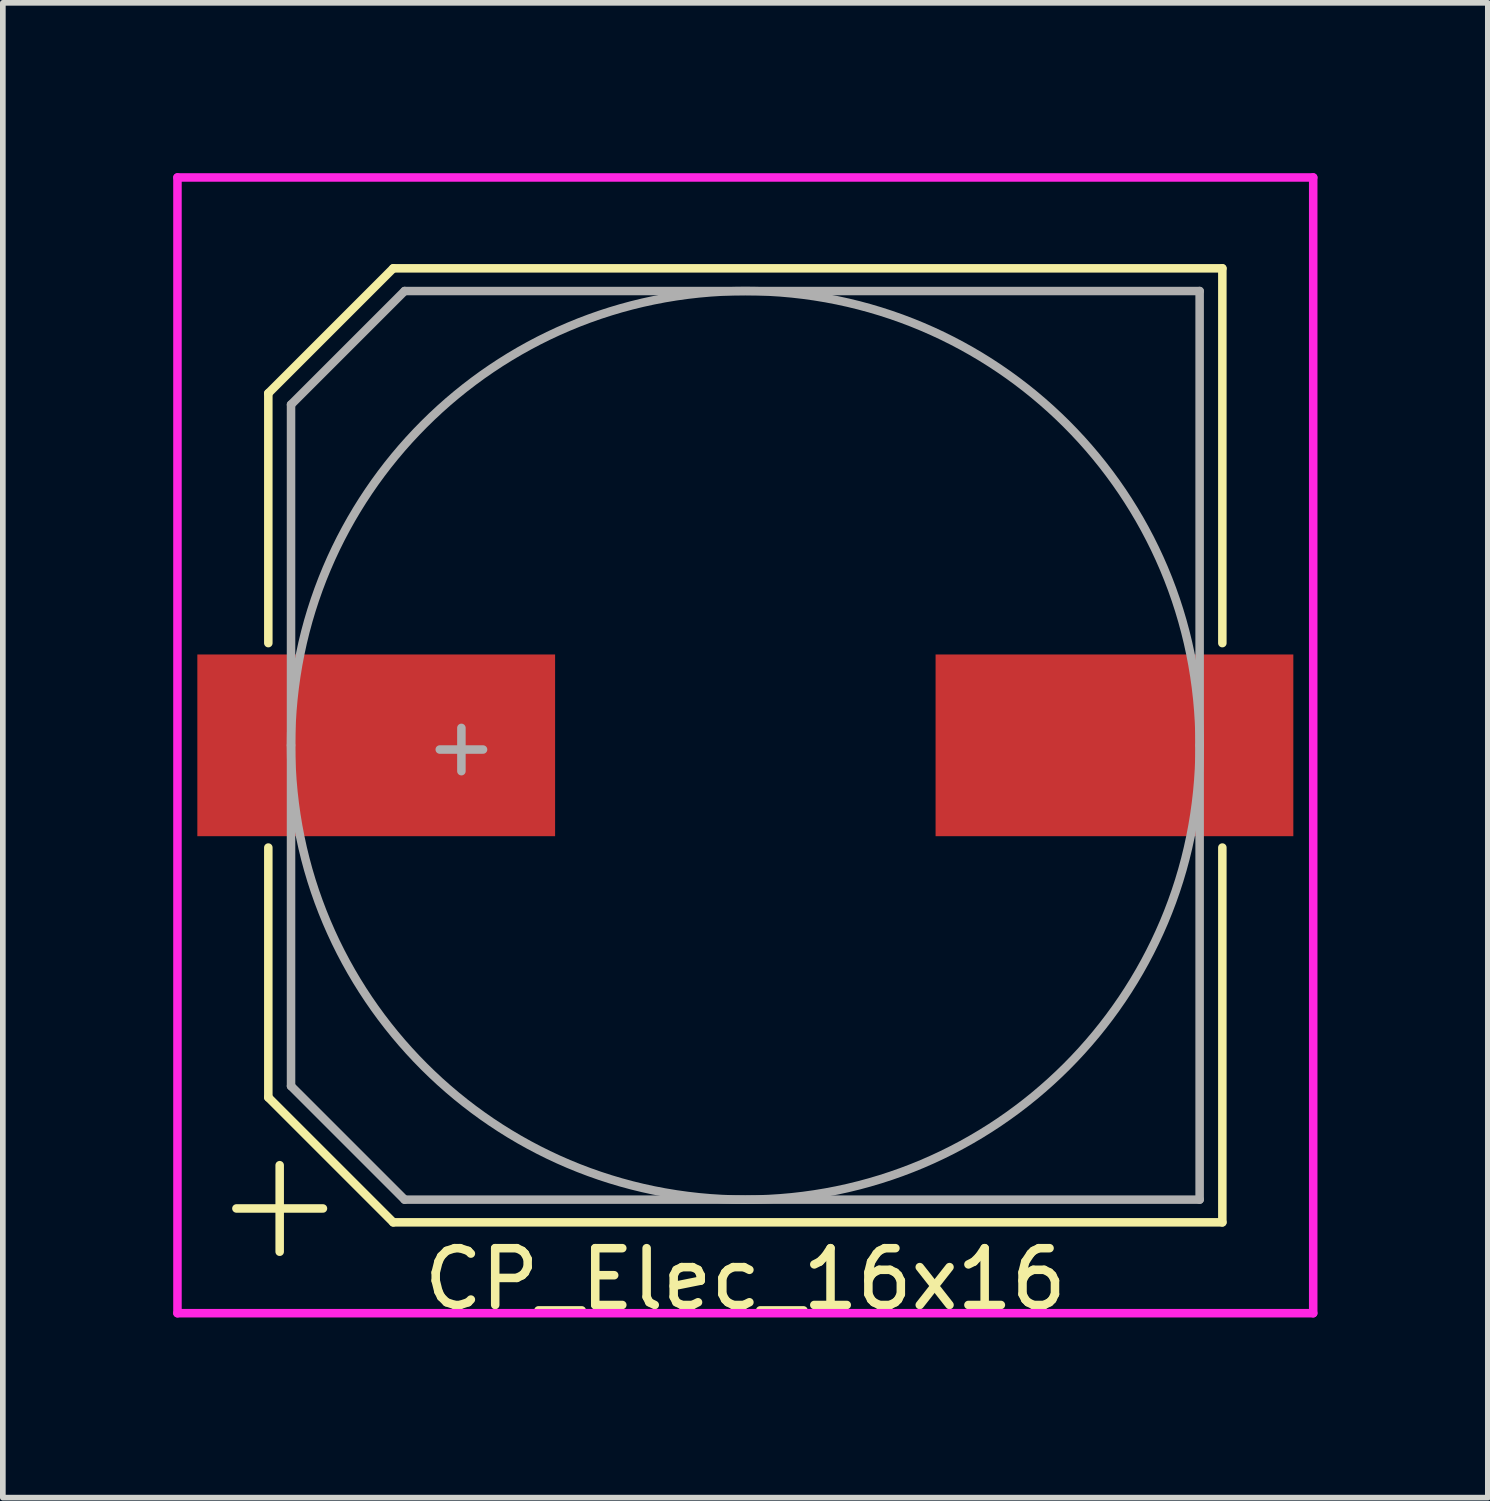
<source format=kicad_pcb>
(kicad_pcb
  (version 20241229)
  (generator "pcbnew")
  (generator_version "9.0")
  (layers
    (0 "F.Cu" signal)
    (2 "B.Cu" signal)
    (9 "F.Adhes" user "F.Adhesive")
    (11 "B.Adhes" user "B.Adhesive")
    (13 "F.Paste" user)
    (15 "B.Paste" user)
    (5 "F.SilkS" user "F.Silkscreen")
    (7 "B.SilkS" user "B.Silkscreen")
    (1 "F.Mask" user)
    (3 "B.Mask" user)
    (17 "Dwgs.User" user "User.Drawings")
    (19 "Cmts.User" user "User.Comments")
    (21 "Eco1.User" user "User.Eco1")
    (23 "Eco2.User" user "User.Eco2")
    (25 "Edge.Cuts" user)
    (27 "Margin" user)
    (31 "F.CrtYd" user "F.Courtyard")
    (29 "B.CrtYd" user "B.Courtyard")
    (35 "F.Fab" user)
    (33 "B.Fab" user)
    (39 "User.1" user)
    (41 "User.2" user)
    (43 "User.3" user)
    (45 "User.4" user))
  (footprint "CP_Elec_16x16"
    (layer "F.Cu")
    (at 10.075 10.075)
    (property "Reference" "CP_Elec_16x16" (at 0 9.4 0) (layer "F.SilkS") (effects (font (size 1 1) (thickness 0.15))))
    (attr smd)
    (fp_line (start -8.4 -6.2) (end -8.4 -1.8) (stroke (width 0.15) (type solid)) (layer "F.SilkS"))
    (fp_line (start -8.4 1.8) (end -8.4 6.2) (stroke (width 0.15) (type solid)) (layer "F.SilkS"))
    (fp_line (start -8.4 6.2) (end -6.2 8.4) (stroke (width 0.15) (type solid)) (layer "F.SilkS"))
    (fp_line (start -6.2 -8.4) (end -8.4 -6.2) (stroke (width 0.15) (type solid)) (layer "F.SilkS"))
    (fp_line (start -6.2 8.4) (end 8.4 8.4) (stroke (width 0.15) (type solid)) (layer "F.SilkS"))
    (fp_line (start 8.4 -8.4) (end -6.2 -8.4) (stroke (width 0.15) (type solid)) (layer "F.SilkS"))
    (fp_line (start 8.4 -1.8) (end 8.4 -8.4) (stroke (width 0.15) (type solid)) (layer "F.SilkS"))
    (fp_line (start 8.4 8.4) (end 8.4 1.8) (stroke (width 0.15) (type solid)) (layer "F.SilkS"))
    (fp_line (start -10 -10) (end 10 -10) (stroke (width 0.15) (type solid)) (layer "F.CrtYd"))
    (fp_line (start -10 10) (end -10 -10) (stroke (width 0.15) (type solid)) (layer "F.CrtYd"))
    (fp_line (start 10 -10) (end 10 10) (stroke (width 0.15) (type solid)) (layer "F.CrtYd"))
    (fp_line (start 10 10) (end -10 10) (stroke (width 0.15) (type solid)) (layer "F.CrtYd"))
    (fp_line (start -8 -6) (end -8 0) (stroke (width 0.15) (type solid)) (layer "F.Fab"))
    (fp_line (start -8 6) (end -8 0) (stroke (width 0.15) (type solid)) (layer "F.Fab"))
    (fp_line (start -6 -8) (end -8 -6) (stroke (width 0.15) (type solid)) (layer "F.Fab"))
    (fp_line (start -6 8) (end -8 6) (stroke (width 0.15) (type solid)) (layer "F.Fab"))
    (fp_line (start 8 -8) (end -6 -8) (stroke (width 0.15) (type solid)) (layer "F.Fab"))
    (fp_line (start 8 0) (end 8 -8) (stroke (width 0.15) (type solid)) (layer "F.Fab"))
    (fp_line (start 8 0) (end 8 8) (stroke (width 0.15) (type solid)) (layer "F.Fab"))
    (fp_line (start 8 8) (end -6 8) (stroke (width 0.15) (type solid)) (layer "F.Fab"))
    (fp_circle (center 0 0) (end 8 0) (stroke (width 0.15) (type solid)) (fill no) (layer "F.Fab"))
    (fp_text user "+" (at -8.2 8 0) (layer "F.SilkS") (effects (font (size 2 2) (thickness 0.15))))
    (fp_text user "+" (at -5 0 0) (layer "F.Fab") (effects (font (size 1 1) (thickness 0.15))))
    (pad "1" smd rect (at -6.5 0 180) (size 6.3 3.2) (layers "F.Cu" "F.Mask" "F.Paste"))
    (pad "2" smd rect (at 6.5 0 180) (size 6.3 3.2) (layers "F.Cu" "F.Mask" "F.Paste")))
  (gr_rect
    (start -3 -3)
    (end 23.15 23.323)
    (stroke (width 0.1) (type default))
    (fill no)
    (layer "Edge.Cuts")))
</source>
